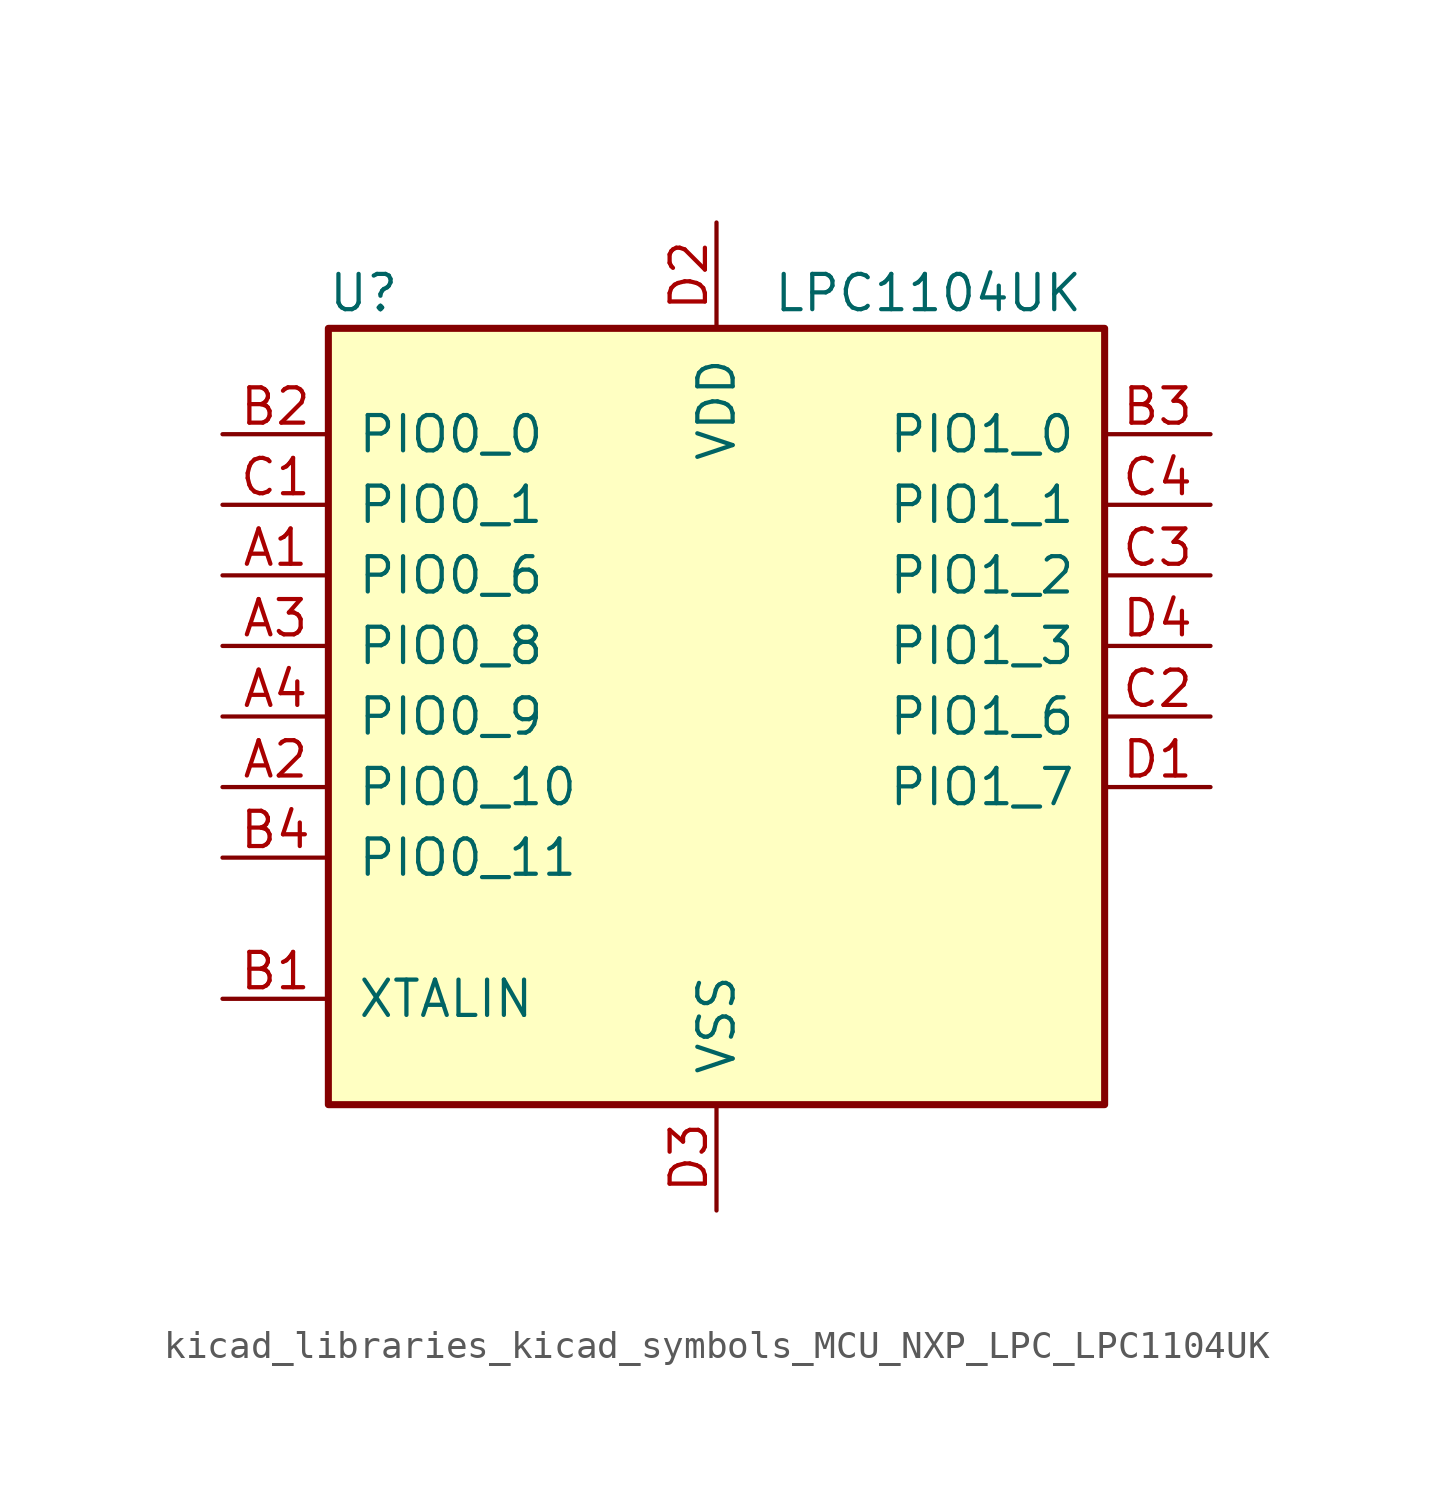
<source format=kicad_sym>
(kicad_symbol_lib
  (version 20220914)
  (generator kicad_symbol_editor)
  (symbol "kicad_libraries_kicad_symbols_MCU_NXP_LPC_LPC1104UK"
    (pin_names
      (offset 1.016))
    (property "Reference" "U"
      (at -12.7 15.24 0)
      (effects (font (size 1.27 1.27))))
    (property "Value" "LPC1104UK"
      (at 7.62 15.24 0)
      (effects (font (size 1.27 1.27))))
    (symbol "kicad_libraries_kicad_symbols_MCU_NXP_LPC_LPC1104UK_0_1"
      (rectangle (start -13.97 13.97) (end 13.97 -13.97) (stroke (width 0.254) (type default)) (fill (type background))))
    (symbol "kicad_libraries_kicad_symbols_MCU_NXP_LPC_LPC1104UK_1_1"
      (pin bidirectional line (at -17.78 5.08 0) (length 3.81) (name "PIO0_6" (effects (font (size 1.27 1.27)))) (number "A1" (effects (font (size 1.27 1.27)))))
      (pin bidirectional line (at -17.78 -2.54 0) (length 3.81) (name "PIO0_10" (effects (font (size 1.27 1.27)))) (number "A2" (effects (font (size 1.27 1.27)))))
      (pin bidirectional line (at -17.78 2.54 0) (length 3.81) (name "PIO0_8" (effects (font (size 1.27 1.27)))) (number "A3" (effects (font (size 1.27 1.27)))))
      (pin bidirectional line (at -17.78 0 0) (length 3.81) (name "PIO0_9" (effects (font (size 1.27 1.27)))) (number "A4" (effects (font (size 1.27 1.27)))))
      (pin input line (at -17.78 -10.16 0) (length 3.81) (name "XTALIN" (effects (font (size 1.27 1.27)))) (number "B1" (effects (font (size 1.27 1.27)))))
      (pin bidirectional line (at -17.78 10.16 0) (length 3.81) (name "PIO0_0" (effects (font (size 1.27 1.27)))) (number "B2" (effects (font (size 1.27 1.27)))))
      (pin bidirectional line (at 17.78 10.16 180) (length 3.81) (name "PIO1_0" (effects (font (size 1.27 1.27)))) (number "B3" (effects (font (size 1.27 1.27)))))
      (pin bidirectional line (at -17.78 -5.08 0) (length 3.81) (name "PIO0_11" (effects (font (size 1.27 1.27)))) (number "B4" (effects (font (size 1.27 1.27)))))
      (pin bidirectional line (at -17.78 7.62 0) (length 3.81) (name "PIO0_1" (effects (font (size 1.27 1.27)))) (number "C1" (effects (font (size 1.27 1.27)))))
      (pin bidirectional line (at 17.78 0 180) (length 3.81) (name "PIO1_6" (effects (font (size 1.27 1.27)))) (number "C2" (effects (font (size 1.27 1.27)))))
      (pin bidirectional line (at 17.78 5.08 180) (length 3.81) (name "PIO1_2" (effects (font (size 1.27 1.27)))) (number "C3" (effects (font (size 1.27 1.27)))))
      (pin bidirectional line (at 17.78 7.62 180) (length 3.81) (name "PIO1_1" (effects (font (size 1.27 1.27)))) (number "C4" (effects (font (size 1.27 1.27)))))
      (pin bidirectional line (at 17.78 -2.54 180) (length 3.81) (name "PIO1_7" (effects (font (size 1.27 1.27)))) (number "D1" (effects (font (size 1.27 1.27)))))
      (pin power_in line (at 0 17.78 270) (length 3.81) (name "VDD" (effects (font (size 1.27 1.27)))) (number "D2" (effects (font (size 1.27 1.27)))))
      (pin power_in line (at 0 -17.78 90) (length 3.81) (name "VSS" (effects (font (size 1.27 1.27)))) (number "D3" (effects (font (size 1.27 1.27)))))
      (pin bidirectional line (at 17.78 2.54 180) (length 3.81) (name "PIO1_3" (effects (font (size 1.27 1.27)))) (number "D4" (effects (font (size 1.27 1.27))))))))
</source>
